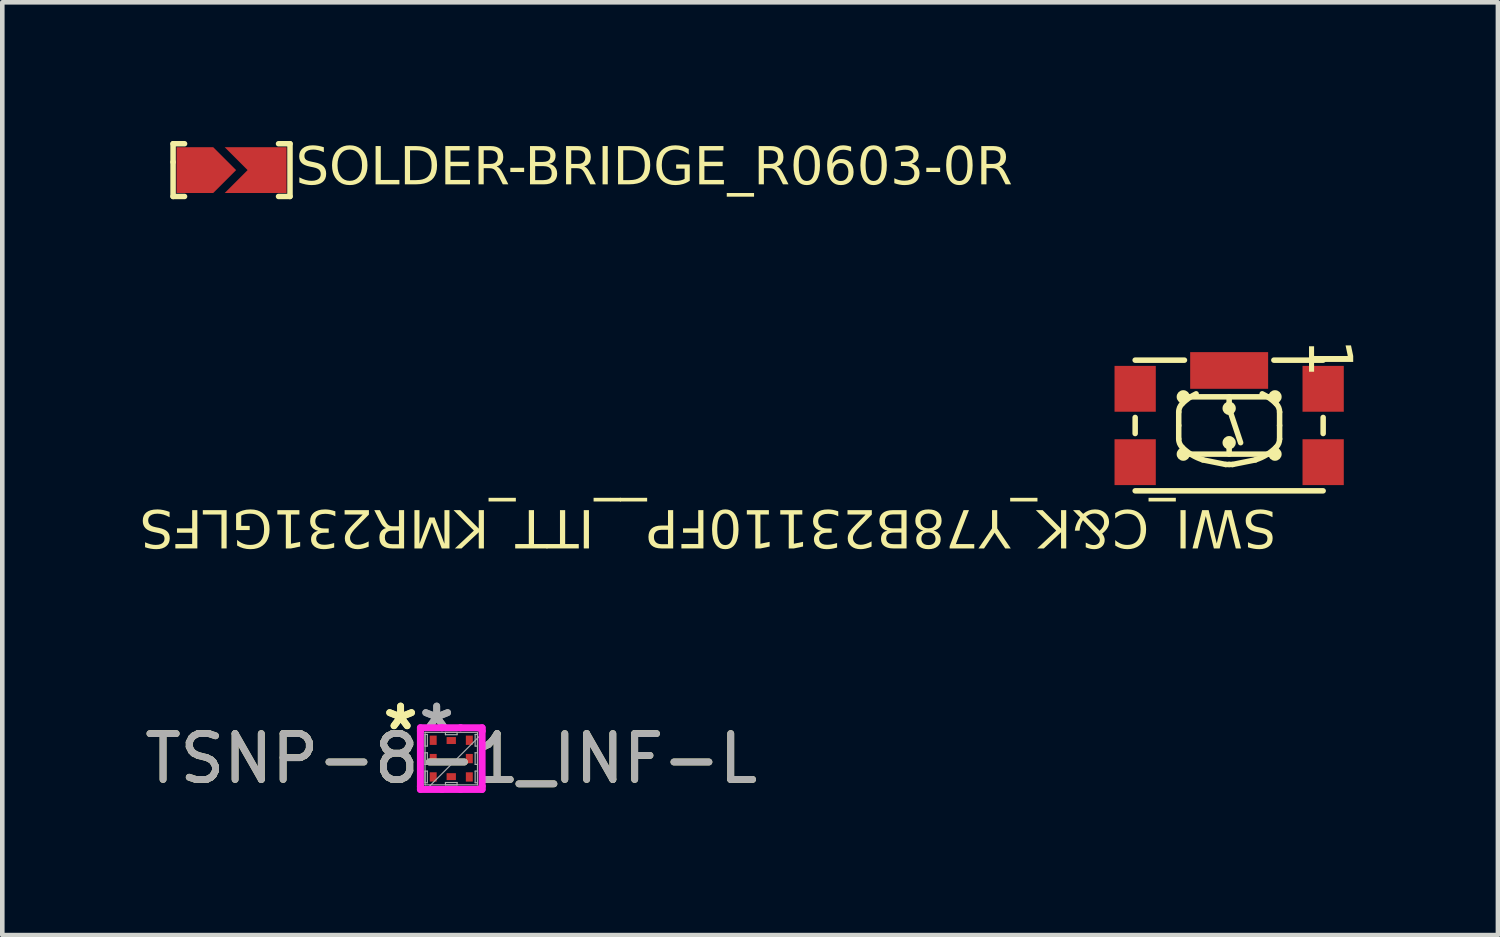
<source format=kicad_pcb>
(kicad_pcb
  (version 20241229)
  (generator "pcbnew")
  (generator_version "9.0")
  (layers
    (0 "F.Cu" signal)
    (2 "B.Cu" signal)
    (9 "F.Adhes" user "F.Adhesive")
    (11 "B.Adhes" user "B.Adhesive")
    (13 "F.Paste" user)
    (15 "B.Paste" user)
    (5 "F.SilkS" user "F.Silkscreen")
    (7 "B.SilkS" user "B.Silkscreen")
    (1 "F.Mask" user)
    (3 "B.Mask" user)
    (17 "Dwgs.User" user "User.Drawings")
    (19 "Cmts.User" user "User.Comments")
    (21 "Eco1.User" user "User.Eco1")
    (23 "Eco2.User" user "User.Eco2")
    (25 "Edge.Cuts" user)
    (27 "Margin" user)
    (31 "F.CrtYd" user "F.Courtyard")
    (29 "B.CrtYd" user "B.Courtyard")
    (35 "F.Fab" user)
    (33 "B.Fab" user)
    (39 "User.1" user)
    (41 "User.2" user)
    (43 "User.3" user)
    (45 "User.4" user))
  (footprint "SWI_C&K_Y78B23110FP__ITT_KMR231GLFS"
    (layer "F.Cu")
    (at 23.758 6.23)
    (property "Reference" "SWI_C&K_Y78B23110FP__ITT_KMR231GLFS" (at 1.024 1.707 180) (unlocked yes) (layer "F.SilkS") (effects (font (face "Arial") (size 0.819 0.819) (thickness 0.254)) (justify left bottom)))
    (fp_line (start -2.05 -0.175) (end -2.05 0.175) (stroke (width 0.12) (type solid)) (layer "F.SilkS"))
    (fp_line (start -1.1 -0.294) (end -1.1 0) (stroke (width 0.12) (type solid)) (layer "F.SilkS"))
    (fp_line (start -1.1 0) (end -1.1 0.294) (stroke (width 0.12) (type solid)) (layer "F.SilkS"))
    (fp_line (start -0.975 -1.425) (end -2.05 -1.425) (stroke (width 0.12) (type solid)) (layer "F.SilkS"))
    (fp_line (start -0.075 0.85) (end -0.575 0.75) (stroke (width 0.12) (type solid)) (layer "F.SilkS"))
    (fp_line (start 0 -0.625) (end 0 -0.375) (stroke (width 0.12) (type solid)) (layer "F.SilkS"))
    (fp_line (start 0 0.375) (end 0 0.625) (stroke (width 0.12) (type solid)) (layer "F.SilkS"))
    (fp_line (start 0 0.85) (end -0.075 0.85) (stroke (width 0.12) (type solid)) (layer "F.SilkS"))
    (fp_line (start 0.075 0.85) (end 0 0.85) (stroke (width 0.12) (type solid)) (layer "F.SilkS"))
    (fp_line (start 0.25 0.375) (end 0 -0.375) (stroke (width 0.12) (type solid)) (layer "F.SilkS"))
    (fp_line (start 0.575 0.75) (end 0.075 0.85) (stroke (width 0.12) (type solid)) (layer "F.SilkS"))
    (fp_line (start 1 -0.625) (end -1 -0.625) (stroke (width 0.12) (type solid)) (layer "F.SilkS"))
    (fp_line (start 1 0.625) (end -1 0.625) (stroke (width 0.12) (type solid)) (layer "F.SilkS"))
    (fp_line (start 1.1 -0.294) (end 1.1 0) (stroke (width 0.12) (type solid)) (layer "F.SilkS"))
    (fp_line (start 1.1 0) (end 1.1 0.294) (stroke (width 0.12) (type solid)) (layer "F.SilkS"))
    (fp_line (start 2.05 -1.425) (end 0.975 -1.425) (stroke (width 0.12) (type solid)) (layer "F.SilkS"))
    (fp_line (start 2.05 -0.175) (end 2.05 0.175) (stroke (width 0.12) (type solid)) (layer "F.SilkS"))
    (fp_line (start 2.05 1.425) (end -2.05 1.425) (stroke (width 0.12) (type solid)) (layer "F.SilkS"))
    (fp_arc (start -1.1 -0.29393) (mid -1.080507 -0.391928) (end -1.024996 -0.475006) (stroke (width 0.12) (type solid)) (layer "F.SilkS"))
    (fp_arc (start -1.024996 0.475006) (mid -1.080507 0.391928) (end -1.1 0.29393) (stroke (width 0.12) (type solid)) (layer "F.SilkS"))
    (fp_arc (start -1.024993 -0.474993) (mid -0.8819 -0.595746) (end -0.720541 -0.69072) (stroke (width 0.12) (type solid)) (layer "F.SilkS"))
    (fp_arc (start -0.574517 0.748495) (mid -0.816227 0.638881) (end -1.024992 0.475003) (stroke (width 0.12) (type solid)) (layer "F.SilkS"))
    (fp_arc (start 0.720551 -0.69072) (mid 0.88191 -0.595745) (end 1.025003 -0.474993) (stroke (width 0.12) (type solid)) (layer "F.SilkS"))
    (fp_arc (start 1.025003 0.475003) (mid 0.816236 0.63888) (end 0.574527 0.748496) (stroke (width 0.12) (type solid)) (layer "F.SilkS"))
    (fp_arc (start 1.025006 -0.475006) (mid 1.080521 -0.391928) (end 1.10001 -0.29393) (stroke (width 0.12) (type solid)) (layer "F.SilkS"))
    (fp_arc (start 1.10001 0.29393) (mid 1.080517 0.391928) (end 1.025006 0.475006) (stroke (width 0.12) (type solid)) (layer "F.SilkS"))
    (fp_circle (center -1 -0.625) (end -1 -0.6) (stroke (width 0.12) (type solid)) (fill no) (layer "F.SilkS"))
    (fp_circle (center -1 0.625) (end -1 0.65) (stroke (width 0.12) (type solid)) (fill no) (layer "F.SilkS"))
    (fp_circle (center 0 -0.375) (end 0 -0.35) (stroke (width 0.12) (type solid)) (fill no) (layer "F.SilkS"))
    (fp_circle (center 0 0.375) (end 0 0.4) (stroke (width 0.12) (type solid)) (fill no) (layer "F.SilkS"))
    (fp_circle (center 1 -0.625) (end 1 -0.6) (stroke (width 0.12) (type solid)) (fill no) (layer "F.SilkS"))
    (fp_circle (center 1 0.625) (end 1 0.65) (stroke (width 0.12) (type solid)) (fill no) (layer "F.SilkS"))
    (fp_line (start -2.65 -1.75) (end -2.65 1.6) (stroke (width 0.01) (type solid)) (layer "Eco1.User"))
    (fp_line (start -2.3 -1.1) (end -2.3 -0.5) (stroke (width 0.01) (type solid)) (layer "Eco1.User"))
    (fp_line (start -2.3 0.5) (end -2.3 1.1) (stroke (width 0.01) (type solid)) (layer "Eco1.User"))
    (fp_line (start -2.05 -1.4) (end -2.05 1.4) (stroke (width 0.01) (type solid)) (layer "Eco1.User"))
    (fp_line (start -2.05 -1.1) (end -2.3 -1.1) (stroke (width 0.01) (type solid)) (layer "Eco1.User"))
    (fp_line (start -2.05 -0.5) (end -2.3 -0.5) (stroke (width 0.01) (type solid)) (layer "Eco1.User"))
    (fp_line (start -2.05 0.5) (end -2.3 0.5) (stroke (width 0.01) (type solid)) (layer "Eco1.User"))
    (fp_line (start -2.05 1.1) (end -2.3 1.1) (stroke (width 0.01) (type solid)) (layer "Eco1.User"))
    (fp_line (start -1.1 -0.294) (end -1.1 0) (stroke (width 0.01) (type solid)) (layer "Eco1.User"))
    (fp_line (start -1.1 0) (end -1.1 0.294) (stroke (width 0.01) (type solid)) (layer "Eco1.User"))
    (fp_line (start -0.5 -1.4) (end -0.5 -1.3) (stroke (width 0.01) (type solid)) (layer "Eco1.User"))
    (fp_line (start -0.075 -0.85) (end -0.575 -0.75) (stroke (width 0.01) (type solid)) (layer "Eco1.User"))
    (fp_line (start -0.075 0.85) (end -0.575 0.75) (stroke (width 0.01) (type solid)) (layer "Eco1.User"))
    (fp_line (start 0 -0.85) (end -0.075 -0.85) (stroke (width 0.01) (type solid)) (layer "Eco1.User"))
    (fp_line (start 0 -0.625) (end 0 -0.375) (stroke (width 0.01) (type solid)) (layer "Eco1.User"))
    (fp_line (start 0 0.375) (end 0 0.625) (stroke (width 0.01) (type solid)) (layer "Eco1.User"))
    (fp_line (start 0 0.85) (end -0.075 0.85) (stroke (width 0.01) (type solid)) (layer "Eco1.User"))
    (fp_line (start 0.075 -0.85) (end 0 -0.85) (stroke (width 0.01) (type solid)) (layer "Eco1.User"))
    (fp_line (start 0.075 0.85) (end 0 0.85) (stroke (width 0.01) (type solid)) (layer "Eco1.User"))
    (fp_line (start 0.25 0.375) (end 0 -0.375) (stroke (width 0.01) (type solid)) (layer "Eco1.User"))
    (fp_line (start 0.5 -1.4) (end 0.5 -1.3) (stroke (width 0.01) (type solid)) (layer "Eco1.User"))
    (fp_line (start 0.5 -1.3) (end -0.5 -1.3) (stroke (width 0.01) (type solid)) (layer "Eco1.User"))
    (fp_line (start 0.575 -0.75) (end 0.075 -0.85) (stroke (width 0.01) (type solid)) (layer "Eco1.User"))
    (fp_line (start 0.575 0.75) (end 0.075 0.85) (stroke (width 0.01) (type solid)) (layer "Eco1.User"))
    (fp_line (start 1 -0.625) (end -1 -0.625) (stroke (width 0.01) (type solid)) (layer "Eco1.User"))
    (fp_line (start 1 0.625) (end -1 0.625) (stroke (width 0.01) (type solid)) (layer "Eco1.User"))
    (fp_line (start 1.1 -0.294) (end 1.1 0) (stroke (width 0.01) (type solid)) (layer "Eco1.User"))
    (fp_line (start 1.1 0) (end 1.1 0.294) (stroke (width 0.01) (type solid)) (layer "Eco1.User"))
    (fp_line (start 1.95 -1.75) (end -2.65 -1.75) (stroke (width 0.01) (type solid)) (layer "Eco1.User"))
    (fp_line (start 2.05 -1.4) (end -2.05 -1.4) (stroke (width 0.01) (type solid)) (layer "Eco1.User"))
    (fp_line (start 2.05 -1.4) (end 2.05 1.4) (stroke (width 0.01) (type solid)) (layer "Eco1.User"))
    (fp_line (start 2.05 1.4) (end -2.05 1.4) (stroke (width 0.01) (type solid)) (layer "Eco1.User"))
    (fp_line (start 2.3 -1.1) (end 2.05 -1.1) (stroke (width 0.01) (type solid)) (layer "Eco1.User"))
    (fp_line (start 2.3 -1.1) (end 2.3 -0.5) (stroke (width 0.01) (type solid)) (layer "Eco1.User"))
    (fp_line (start 2.3 -0.5) (end 2.05 -0.5) (stroke (width 0.01) (type solid)) (layer "Eco1.User"))
    (fp_line (start 2.3 0.5) (end 2.05 0.5) (stroke (width 0.01) (type solid)) (layer "Eco1.User"))
    (fp_line (start 2.3 0.5) (end 2.3 1.1) (stroke (width 0.01) (type solid)) (layer "Eco1.User"))
    (fp_line (start 2.3 1.1) (end 2.05 1.1) (stroke (width 0.01) (type solid)) (layer "Eco1.User"))
    (fp_line (start 2.65 -1.75) (end 1.95 -1.75) (stroke (width 0.01) (type solid)) (layer "Eco1.User"))
    (fp_line (start 2.65 -1.75) (end 2.65 1.6) (stroke (width 0.01) (type solid)) (layer "Eco1.User"))
    (fp_line (start 2.65 1.6) (end -2.65 1.6) (stroke (width 0.01) (type solid)) (layer "Eco1.User"))
    (fp_arc (start -1.1 -0.29393) (mid -1.080507 -0.391928) (end -1.024996 -0.475006) (stroke (width 0.01) (type solid)) (layer "Eco1.User"))
    (fp_arc (start -1.024996 0.475006) (mid -1.080507 0.391928) (end -1.1 0.29393) (stroke (width 0.01) (type solid)) (layer "Eco1.User"))
    (fp_arc (start -1.024993 -0.474993) (mid -0.816227 -0.638871) (end -0.574517 -0.748486) (stroke (width 0.01) (type solid)) (layer "Eco1.User"))
    (fp_arc (start -0.574517 0.748495) (mid -0.816227 0.638881) (end -1.024992 0.475003) (stroke (width 0.01) (type solid)) (layer "Eco1.User"))
    (fp_arc (start 0.574527 -0.748485) (mid 0.816237 -0.638871) (end 1.025002 -0.474993) (stroke (width 0.01) (type solid)) (layer "Eco1.User"))
    (fp_arc (start 1.025003 0.475003) (mid 0.816236 0.63888) (end 0.574527 0.748496) (stroke (width 0.01) (type solid)) (layer "Eco1.User"))
    (fp_arc (start 1.025006 -0.475006) (mid 1.080521 -0.391928) (end 1.10001 -0.29393) (stroke (width 0.01) (type solid)) (layer "Eco1.User"))
    (fp_arc (start 1.10001 0.29393) (mid 1.080517 0.391928) (end 1.025006 0.475006) (stroke (width 0.01) (type solid)) (layer "Eco1.User"))
    (fp_circle (center -1 -0.625) (end -1 -0.6) (stroke (width 0.01) (type solid)) (fill no) (layer "Eco1.User"))
    (fp_circle (center -1 0.625) (end -1 0.65) (stroke (width 0.01) (type solid)) (fill no) (layer "Eco1.User"))
    (fp_circle (center 0 -0.375) (end 0 -0.35) (stroke (width 0.025) (type solid)) (fill no) (layer "Eco1.User"))
    (fp_circle (center 0 0.375) (end 0 0.4) (stroke (width 0.025) (type solid)) (fill no) (layer "Eco1.User"))
    (fp_circle (center 1 -0.625) (end 1 -0.6) (stroke (width 0.01) (type solid)) (fill no) (layer "Eco1.User"))
    (fp_circle (center 1 0.625) (end 1 0.65) (stroke (width 0.01) (type solid)) (fill no) (layer "Eco1.User"))
    (fp_text user "1" (at 1.581 -1.892 270) (unlocked yes) (layer "F.SilkS") (effects (font (face "Arial") (size 0.945 0.945) (thickness 0.12)) (justify left bottom)))
    (fp_text user "2" (at 1.861 0.469 180) (unlocked yes) (layer "Eco1.User") (effects (font (face "Arial") (size 0.63 0.63) (thickness 0.12)) (justify left bottom)))
    (fp_text user "1" (at 1.974 -1.105 180) (unlocked yes) (layer "Eco1.User") (effects (font (face "Arial") (size 0.63 0.63) (thickness 0.12)) (justify left bottom)))
    (fp_text user "'.Designator'" (at 2.011 0.644 180) (unlocked yes) (layer "Eco1.User") (effects (font (face "Arial") (size 0.472 0.472) (thickness 0.254)) (justify left bottom)))
    (fp_text user "3" (at -1.613 -1.105 180) (unlocked yes) (layer "Eco1.User") (effects (font (face "Arial") (size 0.63 0.63) (thickness 0.12)) (justify left bottom)))
    (fp_text user "4" (at -1.464 0.507 180) (unlocked yes) (layer "Eco1.User") (effects (font (face "Arial") (size 0.63 0.63) (thickness 0.12)) (justify left bottom)))
    (pad "1" smd rect (at 2.05 -0.8) (size 0.9 1) (layers "F.Cu" "F.Mask" "F.Paste"))
    (pad "2" smd rect (at 2.05 0.8) (size 0.9 1) (layers "F.Cu" "F.Mask" "F.Paste"))
    (pad "3" smd rect (at -2.05 -0.8) (size 0.9 1) (layers "F.Cu" "F.Mask" "F.Paste"))
    (pad "4" smd rect (at -2.05 0.8) (size 0.9 1) (layers "F.Cu" "F.Mask" "F.Paste"))
    (pad "5" smd rect (at 0 -1.2) (size 1.7 0.8) (layers "F.Cu" "F.Mask" "F.Paste")))
  (footprint "TSNP-8-1_INF-L"
    (layer "F.Cu")
    (at 6.792 13.495)
    (property "Reference" "TSNP-8-1_INF-L" (at 0 0 0) (unlocked yes) (layer "F.SilkS") (effects (font (size 1 1) (thickness 0.15))))
    (attr smd)
    (fp_line (start -0.673 -0.673) (end -0.203 -0.673) (stroke (width 0.152) (type solid)) (layer "F.CrtYd"))
    (fp_line (start -0.673 -0.603) (end -0.673 -0.673) (stroke (width 0.152) (type solid)) (layer "F.CrtYd"))
    (fp_line (start -0.673 -0.603) (end -0.673 -0.603) (stroke (width 0.152) (type solid)) (layer "F.CrtYd"))
    (fp_line (start -0.673 0.603) (end -0.673 -0.603) (stroke (width 0.152) (type solid)) (layer "F.CrtYd"))
    (fp_line (start -0.673 0.603) (end -0.673 0.603) (stroke (width 0.152) (type solid)) (layer "F.CrtYd"))
    (fp_line (start -0.673 0.673) (end -0.673 0.603) (stroke (width 0.152) (type solid)) (layer "F.CrtYd"))
    (fp_line (start -0.203 -0.673) (end -0.203 -0.673) (stroke (width 0.152) (type solid)) (layer "F.CrtYd"))
    (fp_line (start -0.203 -0.673) (end 0.203 -0.673) (stroke (width 0.152) (type solid)) (layer "F.CrtYd"))
    (fp_line (start -0.203 0.673) (end -0.673 0.673) (stroke (width 0.152) (type solid)) (layer "F.CrtYd"))
    (fp_line (start -0.203 0.673) (end -0.203 0.673) (stroke (width 0.152) (type solid)) (layer "F.CrtYd"))
    (fp_line (start 0.203 -0.673) (end 0.203 -0.673) (stroke (width 0.152) (type solid)) (layer "F.CrtYd"))
    (fp_line (start 0.203 -0.673) (end 0.673 -0.673) (stroke (width 0.152) (type solid)) (layer "F.CrtYd"))
    (fp_line (start 0.203 0.673) (end -0.203 0.673) (stroke (width 0.152) (type solid)) (layer "F.CrtYd"))
    (fp_line (start 0.203 0.673) (end 0.203 0.673) (stroke (width 0.152) (type solid)) (layer "F.CrtYd"))
    (fp_line (start 0.673 -0.673) (end 0.673 -0.603) (stroke (width 0.152) (type solid)) (layer "F.CrtYd"))
    (fp_line (start 0.673 -0.603) (end 0.673 -0.603) (stroke (width 0.152) (type solid)) (layer "F.CrtYd"))
    (fp_line (start 0.673 -0.603) (end 0.673 0.603) (stroke (width 0.152) (type solid)) (layer "F.CrtYd"))
    (fp_line (start 0.673 0.603) (end 0.673 0.603) (stroke (width 0.152) (type solid)) (layer "F.CrtYd"))
    (fp_line (start 0.673 0.603) (end 0.673 0.673) (stroke (width 0.152) (type solid)) (layer "F.CrtYd"))
    (fp_line (start 0.673 0.673) (end 0.203 0.673) (stroke (width 0.152) (type solid)) (layer "F.CrtYd"))
    (fp_line (start -0.572 -0.572) (end -0.572 -0.572) (stroke (width 0.025) (type solid)) (layer "F.Fab"))
    (fp_line (start -0.572 -0.572) (end -0.572 0.572) (stroke (width 0.025) (type solid)) (layer "F.Fab"))
    (fp_line (start -0.572 -0.527) (end -0.521 -0.527) (stroke (width 0.025) (type solid)) (layer "F.Fab"))
    (fp_line (start -0.572 -0.273) (end -0.572 -0.527) (stroke (width 0.025) (type solid)) (layer "F.Fab"))
    (fp_line (start -0.572 -0.127) (end -0.521 -0.127) (stroke (width 0.025) (type solid)) (layer "F.Fab"))
    (fp_line (start -0.572 0.127) (end -0.572 -0.127) (stroke (width 0.025) (type solid)) (layer "F.Fab"))
    (fp_line (start -0.572 0.273) (end -0.521 0.273) (stroke (width 0.025) (type solid)) (layer "F.Fab"))
    (fp_line (start -0.572 0.527) (end -0.572 0.273) (stroke (width 0.025) (type solid)) (layer "F.Fab"))
    (fp_line (start -0.572 0.572) (end -0.572 0.572) (stroke (width 0.025) (type solid)) (layer "F.Fab"))
    (fp_line (start -0.572 0.572) (end 0.572 0.572) (stroke (width 0.025) (type solid)) (layer "F.Fab"))
    (fp_line (start -0.572 0.699) (end 0.699 -0.572) (stroke (width 0.025) (type solid)) (layer "F.Fab"))
    (fp_line (start -0.521 -0.527) (end -0.521 -0.273) (stroke (width 0.025) (type solid)) (layer "F.Fab"))
    (fp_line (start -0.521 -0.273) (end -0.572 -0.273) (stroke (width 0.025) (type solid)) (layer "F.Fab"))
    (fp_line (start -0.521 -0.127) (end -0.521 0.127) (stroke (width 0.025) (type solid)) (layer "F.Fab"))
    (fp_line (start -0.521 0.127) (end -0.572 0.127) (stroke (width 0.025) (type solid)) (layer "F.Fab"))
    (fp_line (start -0.521 0.273) (end -0.521 0.527) (stroke (width 0.025) (type solid)) (layer "F.Fab"))
    (fp_line (start -0.521 0.527) (end -0.572 0.527) (stroke (width 0.025) (type solid)) (layer "F.Fab"))
    (fp_line (start -0.127 -0.572) (end 0.127 -0.572) (stroke (width 0.025) (type solid)) (layer "F.Fab"))
    (fp_line (start -0.127 -0.521) (end -0.127 -0.572) (stroke (width 0.025) (type solid)) (layer "F.Fab"))
    (fp_line (start -0.127 0.521) (end 0.127 0.521) (stroke (width 0.025) (type solid)) (layer "F.Fab"))
    (fp_line (start -0.127 0.572) (end -0.127 0.521) (stroke (width 0.025) (type solid)) (layer "F.Fab"))
    (fp_line (start 0.127 -0.572) (end 0.127 -0.521) (stroke (width 0.025) (type solid)) (layer "F.Fab"))
    (fp_line (start 0.127 -0.521) (end -0.127 -0.521) (stroke (width 0.025) (type solid)) (layer "F.Fab"))
    (fp_line (start 0.127 0.521) (end 0.127 0.572) (stroke (width 0.025) (type solid)) (layer "F.Fab"))
    (fp_line (start 0.127 0.572) (end -0.127 0.572) (stroke (width 0.025) (type solid)) (layer "F.Fab"))
    (fp_line (start 0.521 -0.527) (end 0.572 -0.527) (stroke (width 0.025) (type solid)) (layer "F.Fab"))
    (fp_line (start 0.521 -0.273) (end 0.521 -0.527) (stroke (width 0.025) (type solid)) (layer "F.Fab"))
    (fp_line (start 0.521 -0.127) (end 0.572 -0.127) (stroke (width 0.025) (type solid)) (layer "F.Fab"))
    (fp_line (start 0.521 0.127) (end 0.521 -0.127) (stroke (width 0.025) (type solid)) (layer "F.Fab"))
    (fp_line (start 0.521 0.273) (end 0.572 0.273) (stroke (width 0.025) (type solid)) (layer "F.Fab"))
    (fp_line (start 0.521 0.527) (end 0.521 0.273) (stroke (width 0.025) (type solid)) (layer "F.Fab"))
    (fp_line (start 0.572 -0.572) (end -0.572 -0.572) (stroke (width 0.025) (type solid)) (layer "F.Fab"))
    (fp_line (start 0.572 -0.572) (end 0.572 -0.572) (stroke (width 0.025) (type solid)) (layer "F.Fab"))
    (fp_line (start 0.572 -0.527) (end 0.572 -0.273) (stroke (width 0.025) (type solid)) (layer "F.Fab"))
    (fp_line (start 0.572 -0.273) (end 0.521 -0.273) (stroke (width 0.025) (type solid)) (layer "F.Fab"))
    (fp_line (start 0.572 -0.127) (end 0.572 0.127) (stroke (width 0.025) (type solid)) (layer "F.Fab"))
    (fp_line (start 0.572 0.127) (end 0.521 0.127) (stroke (width 0.025) (type solid)) (layer "F.Fab"))
    (fp_line (start 0.572 0.273) (end 0.572 0.527) (stroke (width 0.025) (type solid)) (layer "F.Fab"))
    (fp_line (start 0.572 0.527) (end 0.521 0.527) (stroke (width 0.025) (type solid)) (layer "F.Fab"))
    (fp_line (start 0.572 0.572) (end 0.572 -0.572) (stroke (width 0.025) (type solid)) (layer "F.Fab"))
    (fp_line (start 0.572 0.572) (end 0.572 0.572) (stroke (width 0.025) (type solid)) (layer "F.Fab"))
    (fp_text user "*" (at -1.105 -0.6 0) (layer "F.SilkS") (effects (font (size 1 1) (thickness 0.15))))
    (fp_text user "*" (at -1.105 -0.6 0) (unlocked yes) (layer "F.SilkS") (effects (font (size 1 1) (thickness 0.15))))
    (fp_text user "${REFERENCE}" (at 0 0 0) (unlocked yes) (layer "F.Fab") (effects (font (size 1 1) (thickness 0.15))))
    (fp_text user "*" (at -0.318 -0.6 0) (unlocked yes) (layer "F.Fab") (effects (font (size 1 1) (thickness 0.15))))
    (fp_text user "*" (at -0.318 -0.6 0) (layer "F.Fab") (effects (font (size 1 1) (thickness 0.15))))
    (pad "1" smd rect (at -0.394 -0.4 90) (size 0.203 0.152) (layers "F.Cu" "F.Mask" "F.Paste"))
    (pad "2" smd rect (at -0.394 0 90) (size 0.203 0.152) (layers "F.Cu" "F.Mask" "F.Paste"))
    (pad "3" smd rect (at -0.394 0.4 90) (size 0.203 0.152) (layers "F.Cu" "F.Mask" "F.Paste"))
    (pad "4" smd rect (at 0 0.394) (size 0.203 0.152) (layers "F.Cu" "F.Mask" "F.Paste"))
    (pad "5" smd rect (at 0.394 0.4 90) (size 0.203 0.152) (layers "F.Cu" "F.Mask" "F.Paste"))
    (pad "6" smd rect (at 0.394 0 90) (size 0.203 0.152) (layers "F.Cu" "F.Mask" "F.Paste"))
    (pad "7" smd rect (at 0.394 -0.4 90) (size 0.203 0.152) (layers "F.Cu" "F.Mask" "F.Paste"))
    (pad "8" smd rect (at 0 -0.394) (size 0.203 0.152) (layers "F.Cu" "F.Mask" "F.Paste")))
  (footprint "SOLDER-BRIDGE_R0603-0R"
    (layer "F.Cu")
    (at 2 0.66)
    (property "Reference" "SOLDER-BRIDGE_R0603-0R" (at 1.4 0.45 0) (unlocked yes) (layer "F.SilkS") (effects (font (face "Arial") (size 0.819 0.819) (thickness 0.254)) (justify left bottom)))
    (fp_poly (pts (xy -1.075 -0.55) (xy -0.375 -0.55) (xy 0.175 0) (xy -0.375 0.55) (xy -1.075 0.55)) (stroke (width 0) (type default)) (fill yes) (layer "F.Mask"))
    (fp_poly (pts (xy 0.275 0) (xy -0.275 -0.55) (xy 1.075 -0.55) (xy 1.075 0.55) (xy -0.275 0.55)) (stroke (width 0) (type default)) (fill yes) (layer "F.Mask"))
    (fp_line (start -1.275 -0.575) (end -1.275 -0.175) (stroke (width 0.12) (type solid)) (layer "F.SilkS"))
    (fp_line (start -1.275 -0.575) (end -1.025 -0.575) (stroke (width 0.12) (type solid)) (layer "F.SilkS"))
    (fp_line (start -1.275 -0.175) (end -1.275 0.575) (stroke (width 0.12) (type solid)) (layer "F.SilkS"))
    (fp_line (start -1.275 0.575) (end -1.025 0.575) (stroke (width 0.12) (type solid)) (layer "F.SilkS"))
    (fp_line (start 1.025 -0.575) (end 1.275 -0.575) (stroke (width 0.12) (type solid)) (layer "F.SilkS"))
    (fp_line (start 1.025 0.575) (end 1.275 0.575) (stroke (width 0.12) (type solid)) (layer "F.SilkS"))
    (fp_line (start 1.275 -0.575) (end 1.275 0.575) (stroke (width 0.12) (type solid)) (layer "F.SilkS"))
    (fp_rect (start -1.02 0.5) (end -0.38 -0.5) (stroke (width 0) (type default)) (fill yes) (layer "F.Paste"))
    (fp_rect (start 0.38 0.5) (end 1.02 -0.5) (stroke (width 0) (type default)) (fill yes) (layer "F.Paste"))
    (fp_line (start -1.35 -0.65) (end -1.35 0.65) (stroke (width 0.01) (type solid)) (layer "Eco1.User"))
    (fp_line (start -1.35 -0.65) (end -0.2 -0.65) (stroke (width 0.01) (type solid)) (layer "Eco1.User"))
    (fp_line (start -1.35 0.65) (end 1.35 0.65) (stroke (width 0.01) (type solid)) (layer "Eco1.User"))
    (fp_line (start -0.9 -0.5) (end -0.9 0.5) (stroke (width 0.01) (type solid)) (layer "Eco1.User"))
    (fp_line (start -0.9 -0.5) (end 0.9 -0.5) (stroke (width 0.01) (type solid)) (layer "Eco1.User"))
    (fp_line (start -0.9 0.5) (end 0.9 0.5) (stroke (width 0.01) (type solid)) (layer "Eco1.User"))
    (fp_line (start -0.2 -0.65) (end 1.35 -0.65) (stroke (width 0.01) (type solid)) (layer "Eco1.User"))
    (fp_line (start 0.9 -0.5) (end 0.9 0.5) (stroke (width 0.01) (type solid)) (layer "Eco1.User"))
    (fp_line (start 1.35 -0.65) (end 1.35 0.65) (stroke (width 0.01) (type solid)) (layer "Eco1.User"))
    (fp_text user "'.Designator'" (at -2 0.5 0) (unlocked yes) (layer "Eco1.User") (effects (font (face "Arial") (size 0.472 0.472) (thickness 0.254)) (justify left bottom)))
    (pad "" smd custom (at -1.2 0.5 270) (size 0.000001 0.000001) (layers "F.Cu") (options (anchor circle)) (primitives (gr_poly (pts (xy 0 0) (xy -1 0) (xy -1 -0.8) (xy -0.5 -1.3) (xy 0 -0.8)) (width 0) (fill yes))))
    (pad "" smd custom (at -0.15 -0.5 270) (size 0.000001 0.000001) (layers "F.Cu") (options (anchor circle)) (primitives (gr_poly (pts (xy 0 0) (xy 0.5 -0.5) (xy 1 0) (xy 1 -1.35) (xy 0 -1.35)) (width 0) (fill yes))))
    (pad "1" smd circle (at -0.5 0) (size 0.254 0.254) (layers "F.Cu" "F.Paste"))
    (pad "2" smd circle (at 0.6 0) (size 0.254 0.254) (layers "F.Cu" "F.Paste")))
  (gr_rect
    (start -3 -3)
    (end 29.62 17.344)
    (stroke (width 0.1) (type default))
    (fill no)
    (layer "Edge.Cuts")))
</source>
